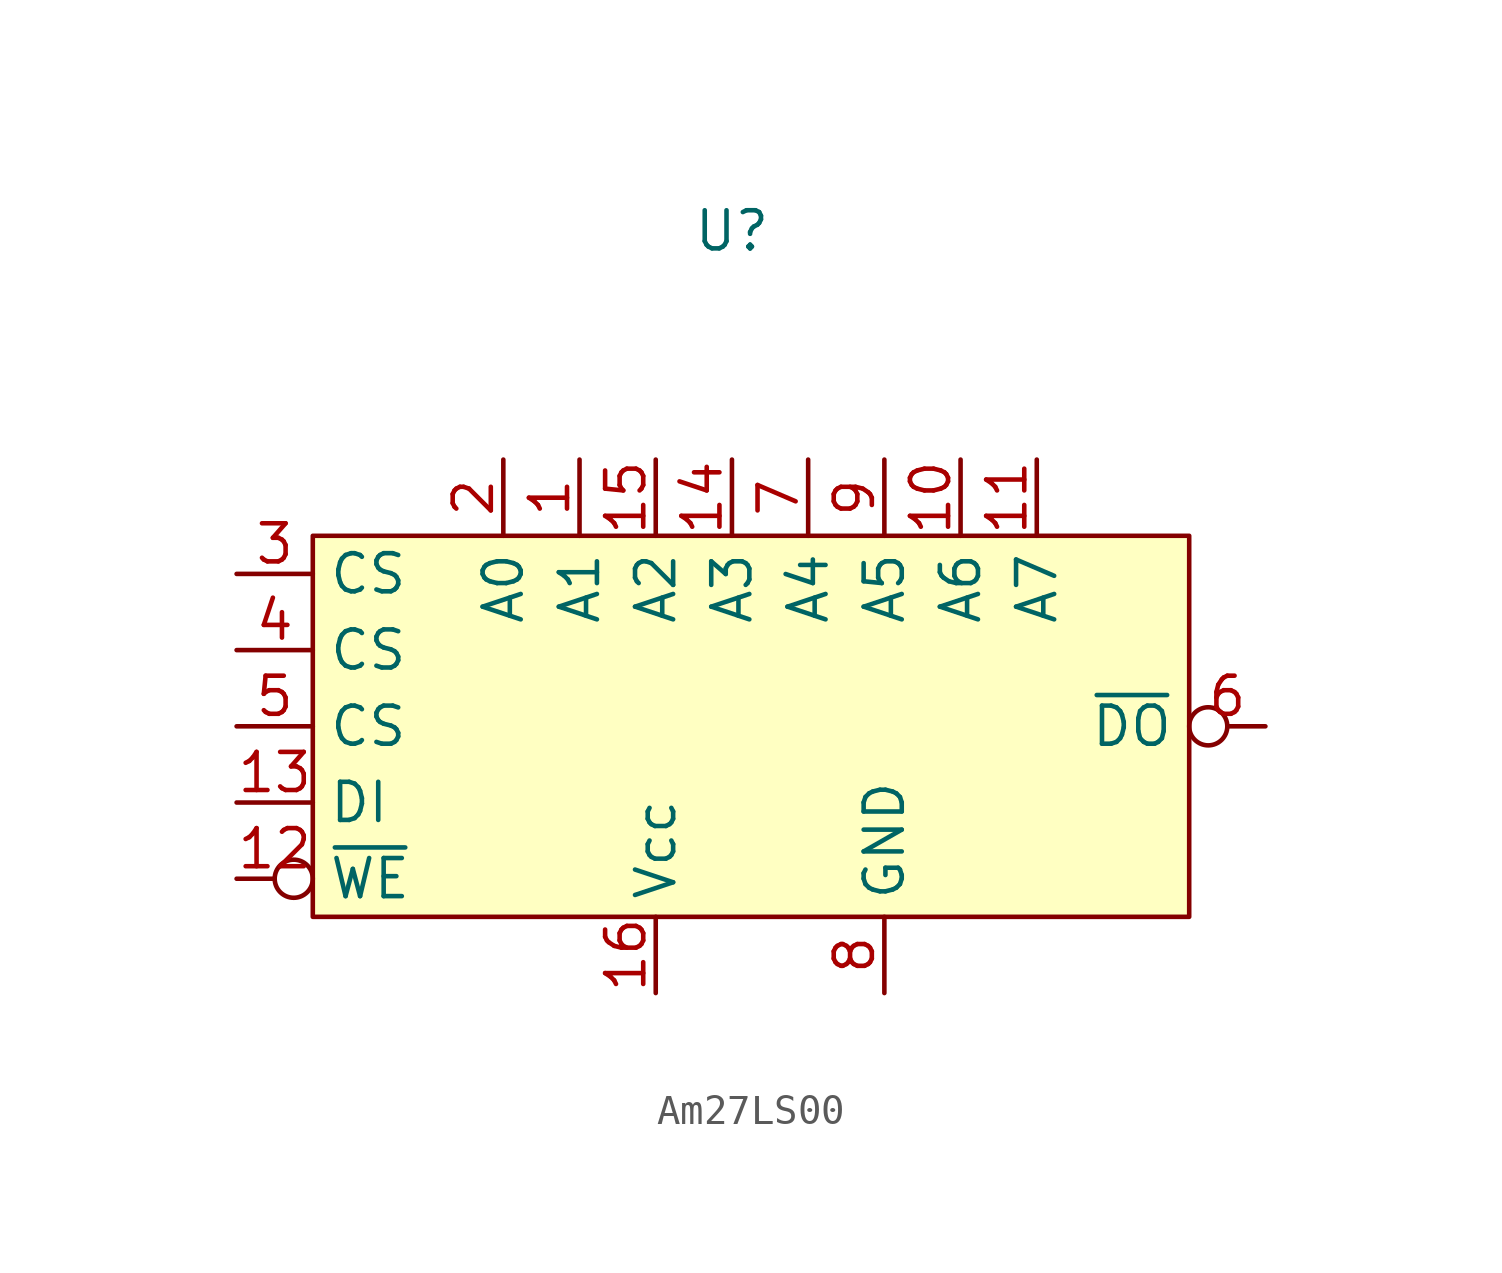
<source format=kicad_sym>
(kicad_symbol_lib
  (version 20220914)
  (generator kicad_symbol_editor)
  (symbol "Am27LS00"
    (property "Reference" "U"
      (at 0 3.81 0)
      (effects (font (size 1.27 1.27))))
    (property "Value" ""
      (at -7.62 -3.81 90)
      (effects (font (size 1.27 1.27))))
    (symbol "Am27LS00_0_0"
      (pin unspecified line (at -2.54 -21.59 90) (length 2.54) (name "Vcc" (effects (font (size 1.27 1.27)))) (number "16" (effects (font (size 1.27 1.27)))))
      (pin unspecified line (at 5.08 -21.59 90) (length 2.54) (name "GND" (effects (font (size 1.27 1.27)))) (number "8" (effects (font (size 1.27 1.27))))))
    (symbol "Am27LS00_1_0"
      (pin input line (at -5.08 -3.81 270) (length 2.54) (name "A1" (effects (font (size 1.27 1.27)))) (number "1" (effects (font (size 1.27 1.27)))))
      (pin input line (at 7.62 -3.81 270) (length 2.54) (name "A6" (effects (font (size 1.27 1.27)))) (number "10" (effects (font (size 1.27 1.27)))))
      (pin input line (at 10.16 -3.81 270) (length 2.54) (name "A7" (effects (font (size 1.27 1.27)))) (number "11" (effects (font (size 1.27 1.27)))))
      (pin input inverted (at -16.51 -17.78 0) (length 2.54) (name "~{WE}" (effects (font (size 1.27 1.27)))) (number "12" (effects (font (size 1.27 1.27)))))
      (pin input line (at -16.51 -15.24 0) (length 2.54) (name "DI" (effects (font (size 1.27 1.27)))) (number "13" (effects (font (size 1.27 1.27)))))
      (pin input line (at 0 -3.81 270) (length 2.54) (name "A3" (effects (font (size 1.27 1.27)))) (number "14" (effects (font (size 1.27 1.27)))))
      (pin input line (at -2.54 -3.81 270) (length 2.54) (name "A2" (effects (font (size 1.27 1.27)))) (number "15" (effects (font (size 1.27 1.27)))))
      (pin input line (at -7.62 -3.81 270) (length 2.54) (name "A0" (effects (font (size 1.27 1.27)))) (number "2" (effects (font (size 1.27 1.27)))))
      (pin input line (at -16.51 -7.62 0) (length 2.54) (name "CS" (effects (font (size 1.27 1.27)))) (number "3" (effects (font (size 1.27 1.27)))))
      (pin input line (at -16.51 -10.16 0) (length 2.54) (name "CS" (effects (font (size 1.27 1.27)))) (number "4" (effects (font (size 1.27 1.27)))))
      (pin input line (at -16.51 -12.7 0) (length 2.54) (name "CS" (effects (font (size 1.27 1.27)))) (number "5" (effects (font (size 1.27 1.27)))))
      (pin output inverted (at 17.78 -12.7 180) (length 2.54) (name "~{DO}" (effects (font (size 1.27 1.27)))) (number "6" (effects (font (size 1.27 1.27)))))
      (pin input line (at 2.54 -3.81 270) (length 2.54) (name "A4" (effects (font (size 1.27 1.27)))) (number "7" (effects (font (size 1.27 1.27)))))
      (pin input line (at 5.08 -3.81 270) (length 2.54) (name "A5" (effects (font (size 1.27 1.27)))) (number "9" (effects (font (size 1.27 1.27))))))
    (symbol "Am27LS00_1_1"
      (rectangle (start -13.97 -6.35) (end 15.24 -19.05) (stroke (width 0) (type default)) (fill (type background))))))
</source>
